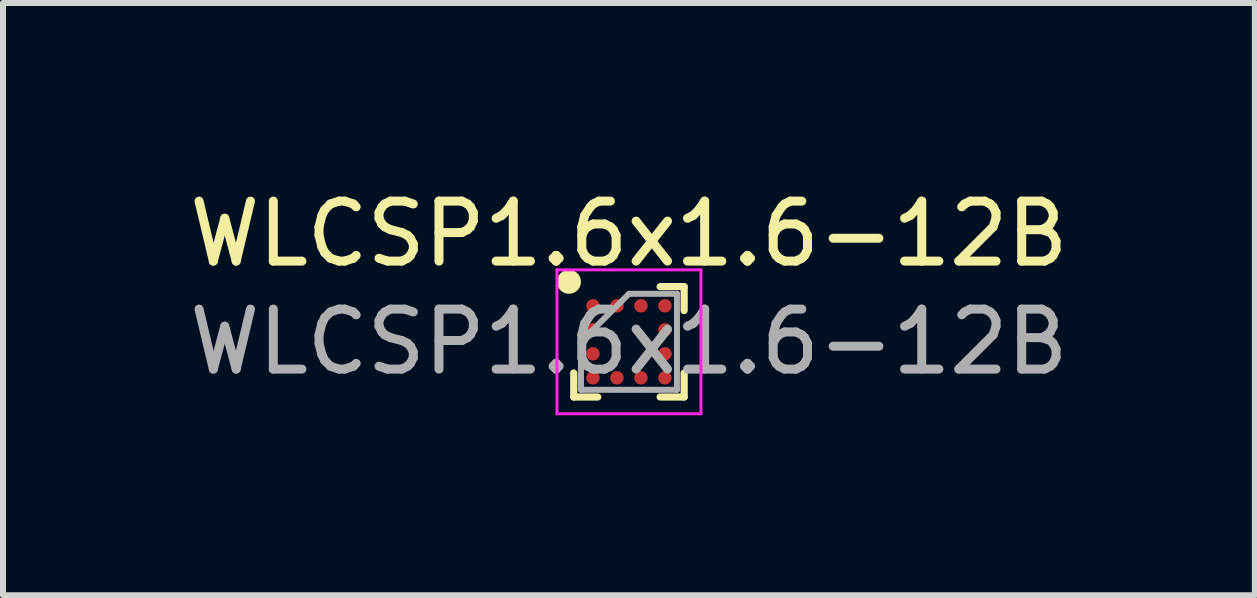
<source format=kicad_pcb>
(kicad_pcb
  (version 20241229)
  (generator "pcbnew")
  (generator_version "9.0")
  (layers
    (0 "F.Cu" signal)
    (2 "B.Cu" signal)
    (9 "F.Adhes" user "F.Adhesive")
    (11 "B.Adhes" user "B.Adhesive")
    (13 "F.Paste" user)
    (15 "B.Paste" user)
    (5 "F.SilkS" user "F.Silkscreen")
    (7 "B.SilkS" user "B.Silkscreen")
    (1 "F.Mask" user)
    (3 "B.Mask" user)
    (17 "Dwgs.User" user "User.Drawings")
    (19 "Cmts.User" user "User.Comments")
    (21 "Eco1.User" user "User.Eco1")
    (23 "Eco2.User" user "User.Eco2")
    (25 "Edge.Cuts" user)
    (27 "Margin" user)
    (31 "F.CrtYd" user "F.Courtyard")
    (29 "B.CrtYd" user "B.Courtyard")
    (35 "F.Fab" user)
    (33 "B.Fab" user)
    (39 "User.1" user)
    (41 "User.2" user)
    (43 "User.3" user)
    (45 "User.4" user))
  (footprint "WLCSP1.6x1.6-12B"
    (layer "F.Cu")
    (at 7.435 2.648)
    (property "Reference" "WLCSP1.6x1.6-12B" (at 0 -1.8 0) (layer "F.SilkS") (effects (font (size 1 1) (thickness 0.15))))
    (attr smd)
    (fp_line (start -0.92 0.92) (end -0.92 0.52) (stroke (width 0.12) (type default)) (layer "F.SilkS"))
    (fp_line (start -0.52 0.92) (end -0.92 0.92) (stroke (width 0.12) (type default)) (layer "F.SilkS"))
    (fp_line (start 0.52 -0.92) (end 0.92 -0.92) (stroke (width 0.12) (type default)) (layer "F.SilkS"))
    (fp_line (start 0.52 0.92) (end 0.92 0.92) (stroke (width 0.12) (type default)) (layer "F.SilkS"))
    (fp_line (start 0.92 -0.92) (end 0.92 -0.52) (stroke (width 0.12) (type default)) (layer "F.SilkS"))
    (fp_line (start 0.92 0.92) (end 0.92 0.52) (stroke (width 0.12) (type default)) (layer "F.SilkS"))
    (fp_circle (center -1 -1) (end -1 -0.9) (stroke (width 0.2) (type default)) (fill no) (layer "F.SilkS"))
    (fp_line (start -1.2 -1.2) (end 1.2 -1.2) (stroke (width 0.05) (type default)) (layer "F.CrtYd"))
    (fp_line (start -1.2 1.2) (end -1.2 -1.2) (stroke (width 0.05) (type default)) (layer "F.CrtYd"))
    (fp_line (start 1.2 -1.2) (end 1.2 1.2) (stroke (width 0.05) (type default)) (layer "F.CrtYd"))
    (fp_line (start 1.2 1.2) (end -1.2 1.2) (stroke (width 0.05) (type default)) (layer "F.CrtYd"))
    (fp_line (start -0.8 0) (end -0.8 0.8) (stroke (width 0.1) (type default)) (layer "F.Fab"))
    (fp_line (start -0.8 0.8) (end 0.8 0.8) (stroke (width 0.1) (type default)) (layer "F.Fab"))
    (fp_line (start 0 -0.8) (end -0.8 0) (stroke (width 0.1) (type default)) (layer "F.Fab"))
    (fp_line (start 0.8 -0.8) (end 0 -0.8) (stroke (width 0.1) (type default)) (layer "F.Fab"))
    (fp_line (start 0.8 0.8) (end 0.8 -0.8) (stroke (width 0.1) (type default)) (layer "F.Fab"))
    (fp_text user "${REFERENCE}" (at 0 0 0) (layer "F.Fab") (effects (font (size 1 1) (thickness 0.15))))
    (pad "A1" smd circle (at -0.6 -0.6) (size 0.225 0.225) (layers "F.Cu" "F.Mask" "F.Paste"))
    (pad "A2" smd circle (at -0.2 -0.6) (size 0.225 0.225) (layers "F.Cu" "F.Mask" "F.Paste"))
    (pad "A3" smd circle (at 0.2 -0.6) (size 0.225 0.225) (layers "F.Cu" "F.Mask" "F.Paste"))
    (pad "A4" smd circle (at 0.6 -0.6) (size 0.225 0.225) (layers "F.Cu" "F.Mask" "F.Paste"))
    (pad "B1" smd circle (at -0.6 -0.2) (size 0.225 0.225) (layers "F.Cu" "F.Mask" "F.Paste"))
    (pad "B4" smd circle (at 0.6 -0.2) (size 0.225 0.225) (layers "F.Cu" "F.Mask" "F.Paste"))
    (pad "C1" smd circle (at -0.6 0.2) (size 0.225 0.225) (layers "F.Cu" "F.Mask" "F.Paste"))
    (pad "C4" smd circle (at 0.6 0.2) (size 0.225 0.225) (layers "F.Cu" "F.Mask" "F.Paste"))
    (pad "D1" smd circle (at -0.6 0.6) (size 0.225 0.225) (layers "F.Cu" "F.Mask" "F.Paste"))
    (pad "D2" smd circle (at -0.2 0.6) (size 0.225 0.225) (layers "F.Cu" "F.Mask" "F.Paste"))
    (pad "D3" smd circle (at 0.2 0.6) (size 0.225 0.225) (layers "F.Cu" "F.Mask" "F.Paste"))
    (pad "D4" smd circle (at 0.6 0.6) (size 0.225 0.225) (layers "F.Cu" "F.Mask" "F.Paste"))
    (zone (net_name "") (layer "F.Cu") (hatch edge 0.5) (connect_pads) (min_thickness 0.25) (filled_areas_thickness no) (keepout (tracks allowed) (vias allowed) (pads allowed) (copperpour not_allowed) (footprints allowed)) (placement (enabled no)) (fill) (polygon (pts (xy 6.435 1.648) (xy 8.435 1.648) (xy 8.435 3.648) (xy 6.435 3.648)))))
  (gr_rect
    (start -3 -3)
    (end 17.869 6.873)
    (stroke (width 0.1) (type default))
    (fill no)
    (layer "Edge.Cuts")))
</source>
